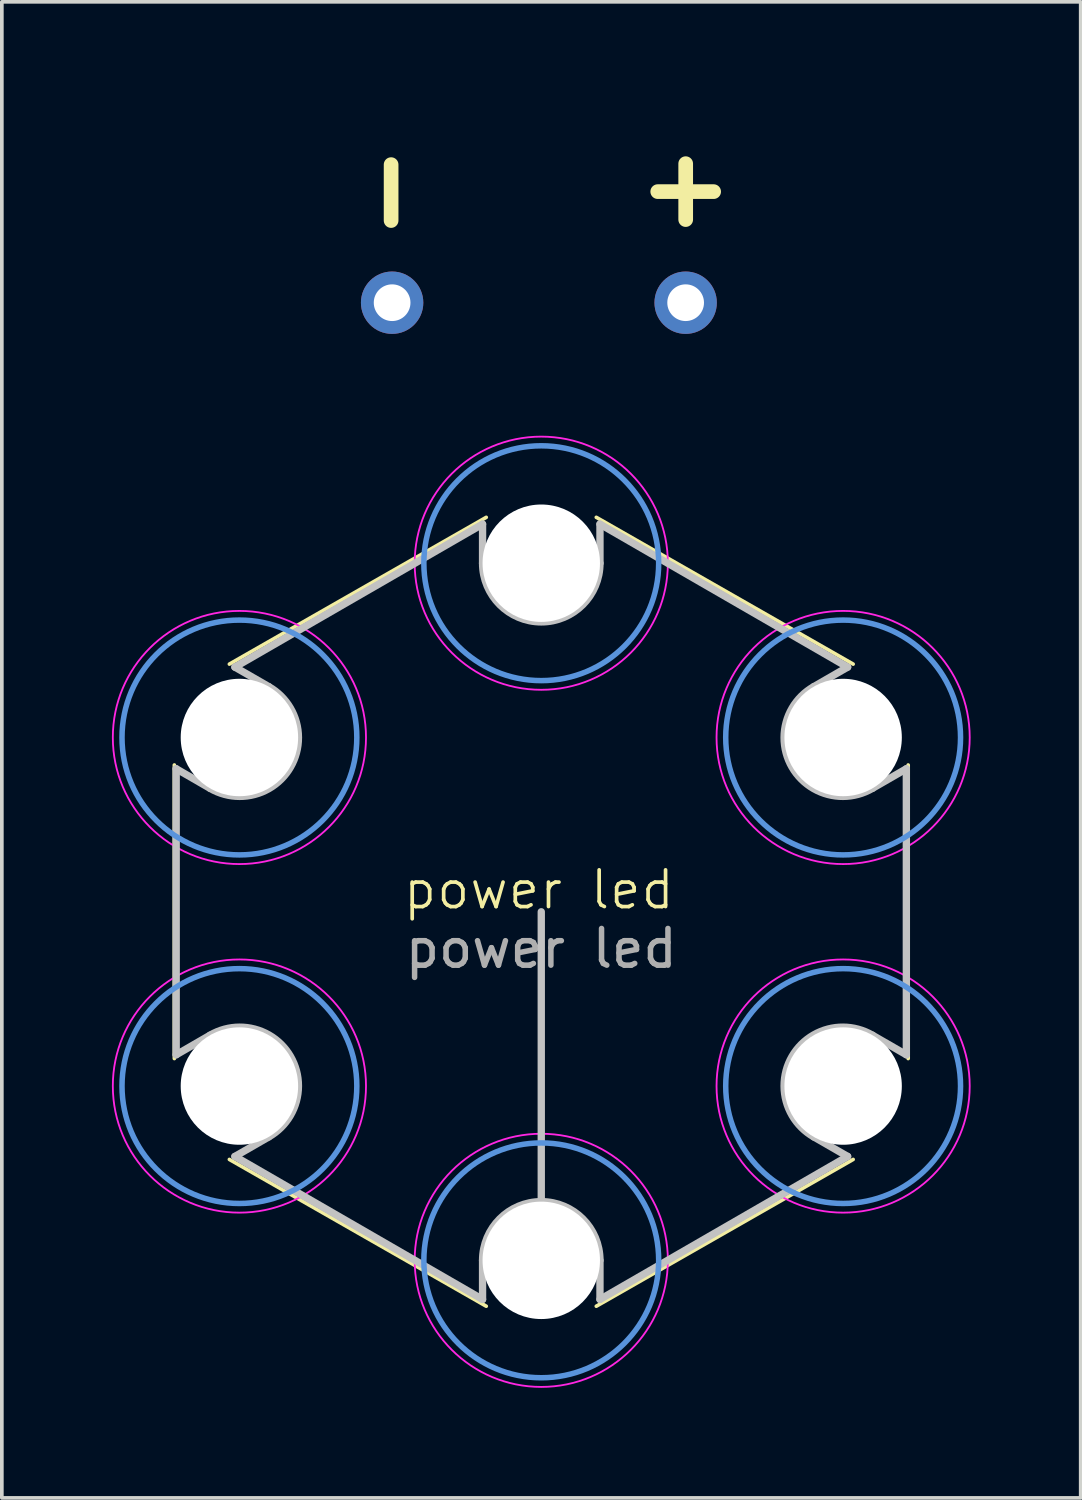
<source format=kicad_pcb>
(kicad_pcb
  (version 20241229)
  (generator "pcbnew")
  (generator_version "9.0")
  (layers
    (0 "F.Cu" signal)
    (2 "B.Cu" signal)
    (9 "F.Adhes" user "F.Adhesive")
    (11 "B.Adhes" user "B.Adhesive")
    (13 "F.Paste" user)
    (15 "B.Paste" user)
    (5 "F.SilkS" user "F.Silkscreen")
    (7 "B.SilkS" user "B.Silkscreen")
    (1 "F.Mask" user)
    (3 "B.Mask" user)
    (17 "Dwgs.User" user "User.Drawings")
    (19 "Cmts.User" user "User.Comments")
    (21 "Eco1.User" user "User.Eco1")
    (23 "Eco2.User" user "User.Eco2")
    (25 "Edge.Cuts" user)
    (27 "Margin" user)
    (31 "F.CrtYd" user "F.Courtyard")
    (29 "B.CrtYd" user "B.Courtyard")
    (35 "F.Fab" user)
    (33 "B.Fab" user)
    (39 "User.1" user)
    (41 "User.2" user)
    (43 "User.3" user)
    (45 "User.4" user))
  (footprint "power led"
    (layer "F.Cu")
    (at 11.637 21.7)
    (property "Reference" "power led" (at 0 -0.5 0) (unlocked yes) (layer "F.SilkS") (effects (font (size 1 1) (thickness 0.1))))
    (attr through_hole)
    (fp_line (start -9.935 4.1) (end -9.935 -3.9) (stroke (width 0.1) (type default)) (layer "F.SilkS"))
    (fp_line (start -8.435 -6.65) (end -1.435 -10.65) (stroke (width 0.1) (type default)) (layer "F.SilkS"))
    (fp_line (start -1.435 10.85) (end -8.435 6.85) (stroke (width 0.1) (type default)) (layer "F.SilkS"))
    (fp_line (start 1.565 -10.65) (end 8.565 -6.65) (stroke (width 0.1) (type default)) (layer "F.SilkS"))
    (fp_line (start 8.565 6.85) (end 1.565 10.85) (stroke (width 0.1) (type default)) (layer "F.SilkS"))
    (fp_line (start 10.065 -3.9) (end 10.065 4.1) (stroke (width 0.1) (type default)) (layer "F.SilkS"))
    (fp_line (start -9.885 -3.797) (end -8.962 -3.264) (stroke (width 0.2) (type default)) (layer "Dwgs.User"))
    (fp_line (start -9.885 3.997) (end -9.885 -3.797) (stroke (width 0.2) (type default)) (layer "Dwgs.User"))
    (fp_line (start -8.962 3.464) (end -9.885 3.997) (stroke (width 0.2) (type default)) (layer "Dwgs.User"))
    (fp_line (start -8.285 6.768) (end -7.362 6.236) (stroke (width 0.2) (type default)) (layer "Dwgs.User"))
    (fp_line (start -8.285 -6.568) (end -1.535 -10.465) (stroke (width 0.2) (type default)) (layer "Dwgs.User"))
    (fp_line (start -7.362 -6.036) (end -8.285 -6.568) (stroke (width 0.2) (type default)) (layer "Dwgs.User"))
    (fp_line (start -1.535 -10.465) (end -1.535 -9.4) (stroke (width 0.2) (type default)) (layer "Dwgs.User"))
    (fp_line (start -1.535 9.6) (end -1.535 10.665) (stroke (width 0.2) (type default)) (layer "Dwgs.User"))
    (fp_line (start -1.535 10.665) (end -8.285 6.768) (stroke (width 0.2) (type default)) (layer "Dwgs.User"))
    (fp_line (start 0.065 0.1) (end 0.065 9.6) (stroke (width 0.2) (type default)) (layer "Dwgs.User"))
    (fp_line (start 0.065 0.11) (end 0.065 0.1) (stroke (width 0.0001) (type default)) (layer "Dwgs.User"))
    (fp_line (start 1.665 -10.465) (end 8.415 -6.568) (stroke (width 0.2) (type default)) (layer "Dwgs.User"))
    (fp_line (start 1.665 -9.4) (end 1.665 -10.465) (stroke (width 0.2) (type default)) (layer "Dwgs.User"))
    (fp_line (start 1.665 10.665) (end 1.665 9.6) (stroke (width 0.2) (type default)) (layer "Dwgs.User"))
    (fp_line (start 7.492 6.236) (end 8.415 6.768) (stroke (width 0.2) (type default)) (layer "Dwgs.User"))
    (fp_line (start 8.415 6.768) (end 1.665 10.665) (stroke (width 0.2) (type default)) (layer "Dwgs.User"))
    (fp_line (start 8.415 -6.568) (end 7.492 -6.036) (stroke (width 0.2) (type default)) (layer "Dwgs.User"))
    (fp_line (start 9.092 -3.264) (end 10.015 -3.797) (stroke (width 0.2) (type default)) (layer "Dwgs.User"))
    (fp_line (start 10.015 -3.797) (end 10.015 3.997) (stroke (width 0.2) (type default)) (layer "Dwgs.User"))
    (fp_line (start 10.015 3.997) (end 9.092 3.464) (stroke (width 0.2) (type default)) (layer "Dwgs.User"))
    (fp_arc (start -8.96224 3.464359) (mid -6.776599 4.05) (end -7.362241 6.235641) (stroke (width 0.2) (type default)) (layer "Dwgs.User"))
    (fp_arc (start -7.362242 -6.035641) (mid -6.776601 -3.849999) (end -8.962243 -3.26436) (stroke (width 0.2) (type default)) (layer "Dwgs.User"))
    (fp_arc (start -1.535 9.6) (mid 0.065 8) (end 1.665 9.6) (stroke (width 0.2) (type default)) (layer "Dwgs.User"))
    (fp_arc (start 1.665 -9.4) (mid 0.065 -7.8) (end -1.535 -9.4) (stroke (width 0.2) (type default)) (layer "Dwgs.User"))
    (fp_arc (start 7.49224 6.23564) (mid 6.9066 4.049999) (end 9.092242 3.464359) (stroke (width 0.2) (type default)) (layer "Dwgs.User"))
    (fp_arc (start 9.092242 -3.26436) (mid 6.906601 -3.850001) (end 7.492242 -6.035642) (stroke (width 0.2) (type default)) (layer "Dwgs.User"))
    (fp_circle (center 0.065 0.1) (end 0.065 0.11) (stroke (width 0.0001) (type default)) (fill no) (layer "Dwgs.User"))
    (fp_circle (center -8.162 -4.65) (end -8.162 -1.45) (stroke (width 0.15) (type solid)) (fill no) (layer "Cmts.User"))
    (fp_circle (center -8.162 4.85) (end -8.162 8.05) (stroke (width 0.15) (type solid)) (fill no) (layer "Cmts.User"))
    (fp_circle (center 0.065 -9.4) (end 0.065 -6.2) (stroke (width 0.15) (type solid)) (fill no) (layer "Cmts.User"))
    (fp_circle (center 0.065 9.6) (end 0.065 12.8) (stroke (width 0.15) (type solid)) (fill no) (layer "Cmts.User"))
    (fp_circle (center 8.292 -4.65) (end 8.292 -1.45) (stroke (width 0.15) (type solid)) (fill no) (layer "Cmts.User"))
    (fp_circle (center 8.292 4.85) (end 8.292 8.05) (stroke (width 0.15) (type solid)) (fill no) (layer "Cmts.User"))
    (fp_circle (center -8.162 -4.65) (end -8.162 -1.2) (stroke (width 0.05) (type solid)) (fill no) (layer "F.CrtYd"))
    (fp_circle (center -8.162 4.85) (end -8.162 8.3) (stroke (width 0.05) (type solid)) (fill no) (layer "F.CrtYd"))
    (fp_circle (center 0.065 -9.4) (end 0.065 -5.95) (stroke (width 0.05) (type solid)) (fill no) (layer "F.CrtYd"))
    (fp_circle (center 0.065 9.6) (end 0.065 13.05) (stroke (width 0.05) (type solid)) (fill no) (layer "F.CrtYd"))
    (fp_circle (center 8.292 -4.65) (end 8.292 -1.2) (stroke (width 0.05) (type solid)) (fill no) (layer "F.CrtYd"))
    (fp_circle (center 8.292 4.85) (end 8.292 8.3) (stroke (width 0.05) (type solid)) (fill no) (layer "F.CrtYd"))
    (fp_text user "+" (at 2.5 -18.5 0) (unlocked yes) (layer "F.SilkS") (effects (font (size 2 2) (thickness 0.4) (bold yes)) (justify left bottom)))
    (fp_text user "-" (at -3 -18 90) (unlocked yes) (layer "F.SilkS") (effects (font (size 2 2) (thickness 0.4) (bold yes)) (justify left bottom)))
    (fp_text user "${REFERENCE}" (at 0.065 1.1 0) (unlocked yes) (layer "F.Fab") (effects (font (size 1 1) (thickness 0.15))))
    (pad "" np_thru_hole circle (at -8.162 -4.65 270) (size 3.2 3.2) (drill 3.2) (layers "*.Cu" "*.Mask"))
    (pad "" np_thru_hole circle (at -8.162 4.85 270) (size 3.2 3.2) (drill 3.2) (layers "*.Cu" "*.Mask"))
    (pad "" np_thru_hole circle (at 0.065 -9.4 270) (size 3.2 3.2) (drill 3.2) (layers "*.Cu" "*.Mask"))
    (pad "" np_thru_hole circle (at 0.065 9.6 270) (size 3.2 3.2) (drill 3.2) (layers "*.Cu" "*.Mask"))
    (pad "" np_thru_hole circle (at 8.292 -4.65 270) (size 3.2 3.2) (drill 3.2) (layers "*.Cu" "*.Mask"))
    (pad "" np_thru_hole circle (at 8.292 4.85 270) (size 3.2 3.2) (drill 3.2) (layers "*.Cu" "*.Mask"))
    (pad "1" thru_hole circle (at -4 -16.5) (size 1.7 1.7) (drill 1) (layers "*.Cu" "*.Mask"))
    (pad "2" thru_hole circle (at 4 -16.5) (size 1.7 1.7) (drill 1) (layers "*.Cu" "*.Mask")))
  (gr_rect
    (start -3 -3)
    (end 26.404 37.775)
    (stroke (width 0.1) (type default))
    (fill no)
    (layer "Edge.Cuts")))
</source>
